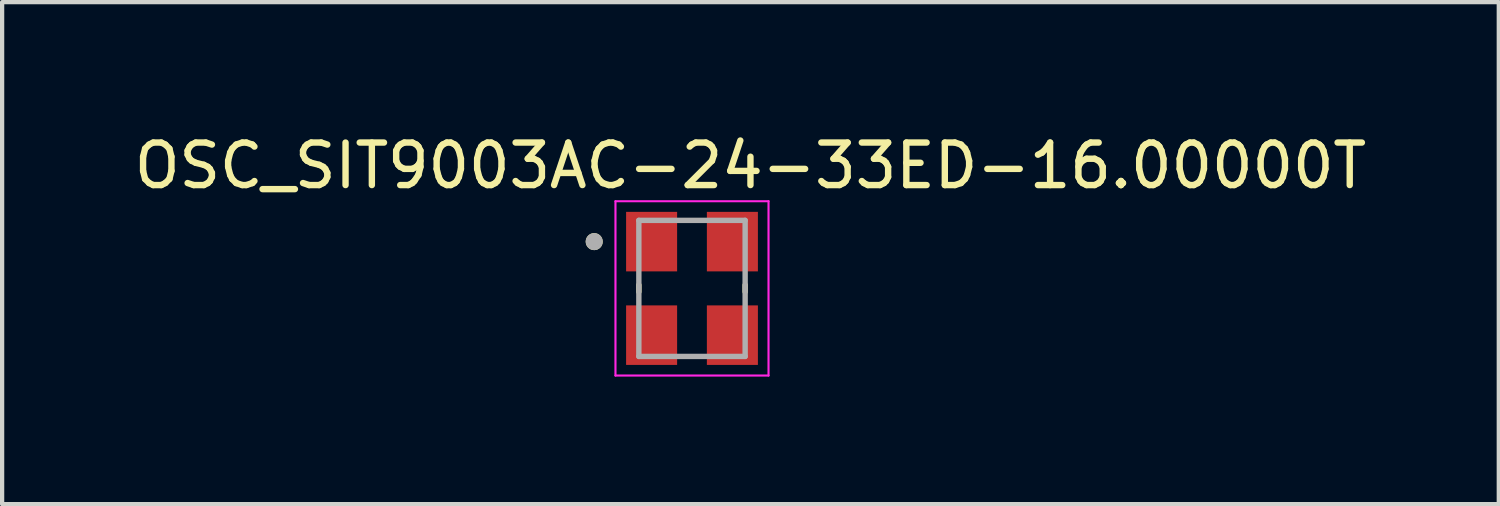
<source format=kicad_pcb>
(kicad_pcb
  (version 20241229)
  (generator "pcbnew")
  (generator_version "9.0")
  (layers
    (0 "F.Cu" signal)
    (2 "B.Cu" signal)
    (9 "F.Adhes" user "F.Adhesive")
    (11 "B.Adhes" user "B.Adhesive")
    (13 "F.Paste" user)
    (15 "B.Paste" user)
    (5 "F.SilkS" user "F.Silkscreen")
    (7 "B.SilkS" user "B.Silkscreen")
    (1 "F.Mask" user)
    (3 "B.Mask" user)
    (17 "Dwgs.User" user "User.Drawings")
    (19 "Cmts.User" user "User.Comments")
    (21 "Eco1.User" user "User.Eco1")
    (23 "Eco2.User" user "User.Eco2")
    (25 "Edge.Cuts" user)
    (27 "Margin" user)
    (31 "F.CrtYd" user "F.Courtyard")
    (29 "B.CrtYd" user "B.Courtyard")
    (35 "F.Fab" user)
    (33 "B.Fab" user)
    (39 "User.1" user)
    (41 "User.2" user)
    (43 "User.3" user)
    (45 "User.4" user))
  (footprint "OSC_SIT9003AC-24-33ED-16.00000T"
    (layer "F.Cu")
    (at 13.226 3.733)
    (property "Reference" "OSC_SIT9003AC-24-33ED-16.00000T" (at 1.375 -2.885 0) (layer "F.SilkS") (effects (font (size 1 1) (thickness 0.15))))
    (attr smd)
    (fp_line (start -1.25 -0.08) (end -1.25 0.08) (stroke (width 0.127) (type solid)) (layer "F.SilkS"))
    (fp_line (start 1.25 -0.08) (end 1.25 0.08) (stroke (width 0.127) (type solid)) (layer "F.SilkS"))
    (fp_circle (center -2.3 -1.1) (end -2.2 -1.1) (stroke (width 0.2) (type solid)) (fill no) (layer "F.SilkS"))
    (fp_line (start -1.8 -2.05) (end -1.8 2.05) (stroke (width 0.05) (type solid)) (layer "F.CrtYd"))
    (fp_line (start -1.8 -2.05) (end 1.8 -2.05) (stroke (width 0.05) (type solid)) (layer "F.CrtYd"))
    (fp_line (start 1.8 -2.05) (end 1.8 2.05) (stroke (width 0.05) (type solid)) (layer "F.CrtYd"))
    (fp_line (start 1.8 2.05) (end -1.8 2.05) (stroke (width 0.05) (type solid)) (layer "F.CrtYd"))
    (fp_line (start -1.25 -1.6) (end -1.25 1.6) (stroke (width 0.127) (type solid)) (layer "F.Fab"))
    (fp_line (start -1.25 -1.6) (end 1.25 -1.6) (stroke (width 0.127) (type solid)) (layer "F.Fab"))
    (fp_line (start 1.25 -1.6) (end 1.25 1.6) (stroke (width 0.127) (type solid)) (layer "F.Fab"))
    (fp_line (start 1.25 1.6) (end -1.25 1.6) (stroke (width 0.127) (type solid)) (layer "F.Fab"))
    (fp_circle (center -2.3 -1.1) (end -2.2 -1.1) (stroke (width 0.2) (type solid)) (fill no) (layer "F.Fab"))
    (pad "1" smd rect (at -0.95 -1.1) (size 1.2 1.4) (layers "F.Cu" "F.Mask" "F.Paste"))
    (pad "2" smd rect (at -0.95 1.1) (size 1.2 1.4) (layers "F.Cu" "F.Mask" "F.Paste"))
    (pad "3" smd rect (at 0.95 1.1) (size 1.2 1.4) (layers "F.Cu" "F.Mask" "F.Paste"))
    (pad "4" smd rect (at 0.95 -1.1) (size 1.2 1.4) (layers "F.Cu" "F.Mask" "F.Paste")))
  (gr_rect
    (start -3 -3)
    (end 32.202 8.808)
    (stroke (width 0.1) (type default))
    (fill no)
    (layer "Edge.Cuts")))
</source>
